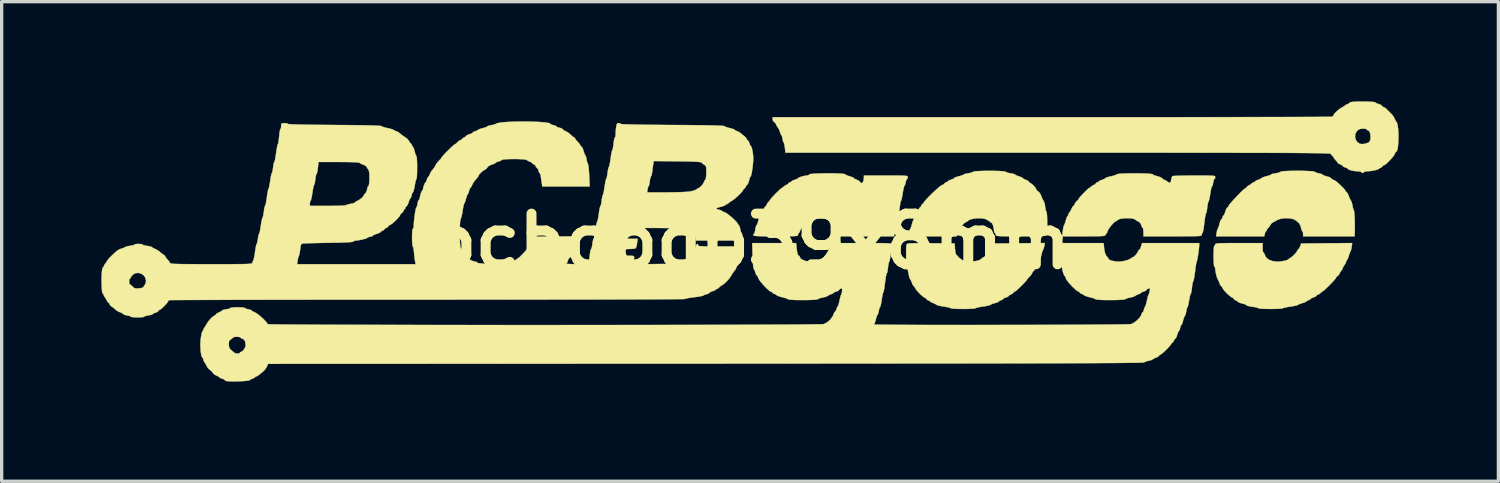
<source format=kicad_pcb>
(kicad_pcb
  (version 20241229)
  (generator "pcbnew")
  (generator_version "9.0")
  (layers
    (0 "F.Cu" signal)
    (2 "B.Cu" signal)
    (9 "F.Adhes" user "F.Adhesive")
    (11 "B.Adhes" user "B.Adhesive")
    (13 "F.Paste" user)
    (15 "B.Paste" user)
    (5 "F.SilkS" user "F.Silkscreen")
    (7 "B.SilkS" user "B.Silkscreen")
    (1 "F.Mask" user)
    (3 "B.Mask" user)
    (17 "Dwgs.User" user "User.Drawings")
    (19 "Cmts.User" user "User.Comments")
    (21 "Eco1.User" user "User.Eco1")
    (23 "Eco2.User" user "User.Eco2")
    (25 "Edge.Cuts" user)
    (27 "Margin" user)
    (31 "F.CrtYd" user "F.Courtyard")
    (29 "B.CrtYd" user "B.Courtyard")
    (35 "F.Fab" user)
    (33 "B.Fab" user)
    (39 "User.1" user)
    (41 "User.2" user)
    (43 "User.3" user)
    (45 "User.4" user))
  (footprint "pcbgogo39x8mm"
    (layer "F.Cu")
    (at 19.502 4.209)
    (property "Reference" "pcbgogo39x8mm" (at 0 0 0) (layer "F.SilkS") (effects (font (size 1.524 1.524) (thickness 0.3))))
    (attr through_hole)
    (fp_poly (pts (xy 16.569 -2.122) (xy 16.704 -2.119) (xy 16.823 -2.114) (xy 16.916 -2.108) (xy 16.973 -2.099) (xy 16.987 -2.092) (xy 17.022 -2.071) (xy 17.087 -2.051) (xy 17.113 -2.046) (xy 17.179 -2.03) (xy 17.217 -2.013) (xy 17.221 -2.007) (xy 17.244 -1.99) (xy 17.301 -1.969) (xy 17.348 -1.956) (xy 17.42 -1.934) (xy 17.466 -1.913) (xy 17.475 -1.902) (xy 17.496 -1.877) (xy 17.539 -1.854) (xy 17.579 -1.837) (xy 17.615 -1.816) (xy 17.659 -1.782) (xy 17.72 -1.727) (xy 17.793 -1.658) (xy 17.853 -1.598) (xy 17.895 -1.548) (xy 17.907 -1.524) (xy 17.927 -1.492) (xy 17.941 -1.484) (xy 17.97 -1.453) (xy 18 -1.392) (xy 18.011 -1.364) (xy 18.038 -1.291) (xy 18.067 -1.237) (xy 18.075 -1.227) (xy 18.096 -1.185) (xy 18.115 -1.113) (xy 18.122 -1.074) (xy 18.137 -1.001) (xy 18.153 -0.951) (xy 18.16 -0.94) (xy 18.171 -0.909) (xy 18.18 -0.836) (xy 18.187 -0.73) (xy 18.191 -0.6) (xy 18.192 -0.456) (xy 18.191 -0.337) (xy 18.186 -0.152) (xy 16.637 -0.152) (xy 16.637 -0.229) (xy 16.631 -0.282) (xy 16.615 -0.305) (xy 16.615 -0.305) (xy 16.597 -0.327) (xy 16.581 -0.383) (xy 16.576 -0.407) (xy 16.552 -0.486) (xy 16.514 -0.547) (xy 16.507 -0.553) (xy 16.451 -0.601) (xy 16.416 -0.632) (xy 16.351 -0.668) (xy 16.252 -0.69) (xy 16.134 -0.698) (xy 16.015 -0.688) (xy 16.004 -0.686) (xy 15.925 -0.668) (xy 15.869 -0.65) (xy 15.851 -0.64) (xy 15.82 -0.617) (xy 15.762 -0.589) (xy 15.755 -0.586) (xy 15.694 -0.549) (xy 15.657 -0.502) (xy 15.656 -0.499) (xy 15.621 -0.439) (xy 15.592 -0.411) (xy 15.554 -0.37) (xy 15.545 -0.341) (xy 15.532 -0.309) (xy 15.523 -0.305) (xy 15.503 -0.283) (xy 15.485 -0.23) (xy 15.485 -0.229) (xy 15.47 -0.152) (xy 14.02 -0.152) (xy 14.037 -0.26) (xy 14.051 -0.33) (xy 14.067 -0.374) (xy 14.072 -0.381) (xy 14.087 -0.411) (xy 14.108 -0.474) (xy 14.121 -0.527) (xy 14.143 -0.601) (xy 14.164 -0.649) (xy 14.175 -0.66) (xy 14.197 -0.682) (xy 14.214 -0.724) (xy 14.232 -0.771) (xy 14.249 -0.787) (xy 14.266 -0.81) (xy 14.289 -0.866) (xy 14.3 -0.902) (xy 14.324 -0.969) (xy 14.346 -1.01) (xy 14.355 -1.016) (xy 14.382 -1.036) (xy 14.394 -1.059) (xy 14.404 -1.082) (xy 14.42 -1.107) (xy 14.446 -1.14) (xy 14.488 -1.188) (xy 14.552 -1.258) (xy 14.644 -1.356) (xy 14.678 -1.391) (xy 14.759 -1.474) (xy 14.83 -1.542) (xy 14.882 -1.586) (xy 14.906 -1.6) (xy 14.934 -1.618) (xy 14.935 -1.626) (xy 14.956 -1.654) (xy 15.005 -1.683) (xy 15.062 -1.715) (xy 15.095 -1.746) (xy 15.136 -1.775) (xy 15.152 -1.778) (xy 15.185 -1.79) (xy 15.189 -1.799) (xy 15.211 -1.82) (xy 15.266 -1.845) (xy 15.291 -1.854) (xy 15.353 -1.879) (xy 15.389 -1.901) (xy 15.392 -1.907) (xy 15.415 -1.922) (xy 15.473 -1.943) (xy 15.526 -1.957) (xy 15.603 -1.978) (xy 15.657 -1.999) (xy 15.673 -2.01) (xy 15.705 -2.026) (xy 15.769 -2.041) (xy 15.813 -2.048) (xy 15.889 -2.063) (xy 15.943 -2.083) (xy 15.957 -2.093) (xy 15.988 -2.103) (xy 16.06 -2.111) (xy 16.164 -2.117) (xy 16.289 -2.121) (xy 16.428 -2.122) (xy 16.569 -2.122)) (stroke (width 0.01) (type solid)) (fill yes) (layer "F.SilkS"))
    (fp_poly (pts (xy 18.096 0.171) (xy 18.082 0.244) (xy 18.067 0.294) (xy 18.06 0.305) (xy 18.044 0.335) (xy 18.022 0.397) (xy 18.01 0.438) (xy 17.987 0.508) (xy 17.964 0.551) (xy 17.954 0.559) (xy 17.936 0.58) (xy 17.932 0.606) (xy 17.916 0.658) (xy 17.882 0.711) (xy 17.845 0.762) (xy 17.831 0.8) (xy 17.815 0.84) (xy 17.78 0.889) (xy 17.744 0.939) (xy 17.729 0.976) (xy 17.71 1.01) (xy 17.678 1.036) (xy 17.639 1.07) (xy 17.628 1.093) (xy 17.611 1.121) (xy 17.566 1.174) (xy 17.502 1.243) (xy 17.429 1.318) (xy 17.356 1.391) (xy 17.292 1.451) (xy 17.246 1.489) (xy 17.229 1.499) (xy 17.198 1.516) (xy 17.164 1.549) (xy 17.118 1.588) (xy 17.084 1.6) (xy 17.044 1.621) (xy 17.035 1.636) (xy 17.003 1.666) (xy 16.944 1.689) (xy 16.944 1.689) (xy 16.889 1.707) (xy 16.866 1.728) (xy 16.866 1.729) (xy 16.844 1.751) (xy 16.802 1.768) (xy 16.755 1.786) (xy 16.739 1.803) (xy 16.716 1.82) (xy 16.66 1.843) (xy 16.618 1.855) (xy 16.545 1.879) (xy 16.494 1.901) (xy 16.482 1.91) (xy 16.452 1.924) (xy 16.384 1.94) (xy 16.29 1.956) (xy 16.248 1.962) (xy 16.149 1.978) (xy 16.074 1.994) (xy 16.032 2.008) (xy 16.027 2.012) (xy 16.003 2.019) (xy 15.938 2.025) (xy 15.839 2.029) (xy 15.716 2.032) (xy 15.659 2.032) (xy 15.529 2.031) (xy 15.419 2.027) (xy 15.338 2.021) (xy 15.295 2.013) (xy 15.291 2.01) (xy 15.268 1.996) (xy 15.207 1.981) (xy 15.125 1.969) (xy 15.034 1.955) (xy 14.961 1.935) (xy 14.924 1.916) (xy 14.879 1.885) (xy 14.856 1.88) (xy 14.806 1.871) (xy 14.743 1.85) (xy 14.687 1.825) (xy 14.657 1.802) (xy 14.656 1.798) (xy 14.635 1.78) (xy 14.617 1.778) (xy 14.574 1.757) (xy 14.564 1.741) (xy 14.529 1.702) (xy 14.503 1.689) (xy 14.453 1.659) (xy 14.386 1.603) (xy 14.316 1.534) (xy 14.254 1.464) (xy 14.216 1.409) (xy 14.212 1.398) (xy 14.19 1.356) (xy 14.173 1.346) (xy 14.153 1.324) (xy 14.127 1.27) (xy 14.121 1.251) (xy 14.097 1.187) (xy 14.076 1.147) (xy 14.072 1.143) (xy 14.055 1.11) (xy 14.034 1.044) (xy 14.014 0.963) (xy 14 0.883) (xy 13.995 0.827) (xy 13.987 0.779) (xy 13.97 0.762) (xy 13.959 0.738) (xy 13.951 0.668) (xy 13.946 0.558) (xy 13.945 0.445) (xy 13.947 0.307) (xy 13.952 0.205) (xy 13.961 0.143) (xy 13.97 0.127) (xy 13.993 0.106) (xy 13.995 0.089) (xy 14.001 0.078) (xy 14.021 0.069) (xy 14.061 0.062) (xy 14.127 0.057) (xy 14.223 0.054) (xy 14.355 0.052) (xy 14.528 0.051) (xy 14.707 0.051) (xy 15.418 0.051) (xy 15.418 0.191) (xy 15.422 0.267) (xy 15.431 0.318) (xy 15.44 0.33) (xy 15.463 0.352) (xy 15.479 0.394) (xy 15.527 0.487) (xy 15.616 0.556) (xy 15.739 0.598) (xy 15.868 0.61) (xy 15.956 0.604) (xy 16.047 0.59) (xy 16.129 0.571) (xy 16.186 0.549) (xy 16.205 0.53) (xy 16.225 0.509) (xy 16.235 0.508) (xy 16.268 0.49) (xy 16.321 0.447) (xy 16.379 0.39) (xy 16.428 0.334) (xy 16.457 0.292) (xy 16.459 0.283) (xy 16.478 0.248) (xy 16.494 0.236) (xy 16.525 0.199) (xy 16.553 0.14) (xy 16.578 0.064) (xy 17.346 0.057) (xy 18.113 0.05) (xy 18.096 0.171)) (stroke (width 0.01) (type solid)) (fill yes) (layer "F.SilkS"))
    (fp_poly (pts (xy 8.852 0.146) (xy 8.836 0.211) (xy 8.82 0.25) (xy 8.816 0.254) (xy 8.801 0.284) (xy 8.782 0.348) (xy 8.766 0.413) (xy 8.745 0.491) (xy 8.724 0.544) (xy 8.711 0.559) (xy 8.688 0.58) (xy 8.672 0.622) (xy 8.654 0.67) (xy 8.637 0.686) (xy 8.619 0.708) (xy 8.596 0.763) (xy 8.588 0.787) (xy 8.564 0.85) (xy 8.542 0.886) (xy 8.535 0.889) (xy 8.51 0.91) (xy 8.496 0.942) (xy 8.467 0.994) (xy 8.416 1.054) (xy 8.405 1.065) (xy 8.358 1.114) (xy 8.333 1.148) (xy 8.331 1.153) (xy 8.314 1.179) (xy 8.27 1.229) (xy 8.208 1.294) (xy 8.138 1.363) (xy 8.072 1.427) (xy 8.018 1.475) (xy 7.986 1.498) (xy 7.983 1.499) (xy 7.952 1.516) (xy 7.918 1.549) (xy 7.872 1.588) (xy 7.839 1.6) (xy 7.799 1.621) (xy 7.79 1.636) (xy 7.757 1.666) (xy 7.698 1.689) (xy 7.698 1.689) (xy 7.644 1.707) (xy 7.62 1.728) (xy 7.62 1.729) (xy 7.598 1.751) (xy 7.556 1.768) (xy 7.509 1.786) (xy 7.493 1.804) (xy 7.471 1.821) (xy 7.413 1.843) (xy 7.366 1.857) (xy 7.294 1.878) (xy 7.248 1.898) (xy 7.239 1.908) (xy 7.216 1.919) (xy 7.153 1.934) (xy 7.063 1.951) (xy 7.01 1.959) (xy 6.91 1.975) (xy 6.832 1.992) (xy 6.788 2.006) (xy 6.782 2.011) (xy 6.758 2.019) (xy 6.692 2.025) (xy 6.593 2.029) (xy 6.471 2.032) (xy 6.413 2.032) (xy 6.283 2.031) (xy 6.173 2.027) (xy 6.092 2.022) (xy 6.05 2.015) (xy 6.045 2.012) (xy 6.022 1.999) (xy 5.96 1.983) (xy 5.871 1.966) (xy 5.837 1.961) (xy 5.74 1.945) (xy 5.663 1.928) (xy 5.62 1.913) (xy 5.615 1.909) (xy 5.584 1.887) (xy 5.524 1.86) (xy 5.505 1.853) (xy 5.445 1.827) (xy 5.412 1.803) (xy 5.41 1.798) (xy 5.39 1.78) (xy 5.371 1.778) (xy 5.329 1.757) (xy 5.318 1.74) (xy 5.288 1.706) (xy 5.272 1.702) (xy 5.236 1.684) (xy 5.179 1.638) (xy 5.112 1.576) (xy 5.047 1.508) (xy 4.995 1.446) (xy 4.967 1.4) (xy 4.966 1.398) (xy 4.944 1.357) (xy 4.928 1.346) (xy 4.907 1.324) (xy 4.882 1.27) (xy 4.875 1.251) (xy 4.85 1.186) (xy 4.825 1.145) (xy 4.821 1.141) (xy 4.805 1.109) (xy 4.786 1.043) (xy 4.768 0.956) (xy 4.751 0.872) (xy 4.734 0.811) (xy 4.719 0.787) (xy 4.719 0.787) (xy 4.712 0.764) (xy 4.706 0.698) (xy 4.701 0.6) (xy 4.699 0.478) (xy 4.699 0.432) (xy 4.699 0.292) (xy 4.701 0.194) (xy 4.706 0.13) (xy 4.714 0.093) (xy 4.728 0.074) (xy 4.748 0.065) (xy 4.756 0.063) (xy 4.796 0.06) (xy 4.88 0.057) (xy 4.999 0.055) (xy 5.148 0.055) (xy 5.317 0.055) (xy 5.486 0.056) (xy 6.16 0.064) (xy 6.167 0.212) (xy 6.175 0.298) (xy 6.188 0.364) (xy 6.199 0.39) (xy 6.295 0.494) (xy 6.383 0.56) (xy 6.477 0.596) (xy 6.591 0.609) (xy 6.627 0.609) (xy 6.736 0.602) (xy 6.839 0.582) (xy 6.92 0.554) (xy 6.966 0.52) (xy 6.967 0.518) (xy 7 0.487) (xy 7.014 0.483) (xy 7.048 0.465) (xy 7.1 0.422) (xy 7.154 0.368) (xy 7.197 0.316) (xy 7.214 0.283) (xy 7.233 0.248) (xy 7.248 0.236) (xy 7.28 0.199) (xy 7.307 0.14) (xy 7.332 0.064) (xy 8.87 0.05) (xy 8.852 0.146)) (stroke (width 0.01) (type solid)) (fill yes) (layer "F.SilkS"))
    (fp_poly (pts (xy 7.314 -2.121) (xy 7.444 -2.118) (xy 7.555 -2.113) (xy 7.639 -2.106) (xy 7.685 -2.097) (xy 7.691 -2.093) (xy 7.725 -2.074) (xy 7.791 -2.056) (xy 7.835 -2.048) (xy 7.91 -2.035) (xy 7.962 -2.018) (xy 7.974 -2.009) (xy 8.005 -1.989) (xy 8.067 -1.964) (xy 8.096 -1.955) (xy 8.161 -1.931) (xy 8.2 -1.91) (xy 8.204 -1.903) (xy 8.226 -1.883) (xy 8.279 -1.859) (xy 8.293 -1.854) (xy 8.351 -1.829) (xy 8.381 -1.805) (xy 8.382 -1.801) (xy 8.402 -1.772) (xy 8.426 -1.76) (xy 8.476 -1.728) (xy 8.533 -1.677) (xy 8.583 -1.62) (xy 8.609 -1.574) (xy 8.611 -1.566) (xy 8.631 -1.53) (xy 8.671 -1.5) (xy 8.722 -1.45) (xy 8.761 -1.368) (xy 8.762 -1.365) (xy 8.79 -1.292) (xy 8.82 -1.236) (xy 8.828 -1.227) (xy 8.849 -1.184) (xy 8.869 -1.109) (xy 8.879 -1.041) (xy 8.892 -0.961) (xy 8.907 -0.906) (xy 8.919 -0.889) (xy 8.927 -0.865) (xy 8.934 -0.8) (xy 8.939 -0.703) (xy 8.941 -0.583) (xy 8.941 -0.557) (xy 8.939 -0.41) (xy 8.935 -0.306) (xy 8.926 -0.238) (xy 8.912 -0.199) (xy 8.905 -0.189) (xy 8.886 -0.178) (xy 8.85 -0.169) (xy 8.792 -0.163) (xy 8.706 -0.158) (xy 8.587 -0.155) (xy 8.43 -0.153) (xy 8.23 -0.152) (xy 8.13 -0.152) (xy 7.917 -0.153) (xy 7.75 -0.153) (xy 7.622 -0.154) (xy 7.529 -0.157) (xy 7.465 -0.161) (xy 7.425 -0.167) (xy 7.403 -0.176) (xy 7.393 -0.187) (xy 7.391 -0.201) (xy 7.391 -0.203) (xy 7.381 -0.244) (xy 7.366 -0.254) (xy 7.348 -0.276) (xy 7.341 -0.326) (xy 7.334 -0.394) (xy 7.316 -0.467) (xy 7.293 -0.527) (xy 7.271 -0.558) (xy 7.267 -0.559) (xy 7.237 -0.574) (xy 7.191 -0.612) (xy 7.19 -0.613) (xy 7.098 -0.668) (xy 6.972 -0.695) (xy 6.823 -0.696) (xy 6.737 -0.684) (xy 6.656 -0.666) (xy 6.598 -0.647) (xy 6.579 -0.634) (xy 6.558 -0.61) (xy 6.531 -0.598) (xy 6.454 -0.554) (xy 6.38 -0.478) (xy 6.324 -0.389) (xy 6.323 -0.386) (xy 6.295 -0.332) (xy 6.272 -0.305) (xy 6.27 -0.305) (xy 6.253 -0.283) (xy 6.236 -0.23) (xy 6.236 -0.229) (xy 6.219 -0.152) (xy 4.771 -0.152) (xy 4.789 -0.26) (xy 4.804 -0.33) (xy 4.82 -0.374) (xy 4.825 -0.381) (xy 4.841 -0.411) (xy 4.862 -0.474) (xy 4.876 -0.527) (xy 4.897 -0.601) (xy 4.917 -0.649) (xy 4.927 -0.66) (xy 4.945 -0.683) (xy 4.962 -0.737) (xy 4.964 -0.747) (xy 4.984 -0.809) (xy 5.012 -0.845) (xy 5.015 -0.847) (xy 5.045 -0.879) (xy 5.066 -0.936) (xy 5.089 -0.994) (xy 5.12 -1.026) (xy 5.152 -1.06) (xy 5.156 -1.079) (xy 5.17 -1.113) (xy 5.182 -1.118) (xy 5.212 -1.138) (xy 5.225 -1.162) (xy 5.253 -1.204) (xy 5.309 -1.269) (xy 5.387 -1.35) (xy 5.475 -1.438) (xy 5.567 -1.524) (xy 5.652 -1.6) (xy 5.722 -1.658) (xy 5.769 -1.688) (xy 5.775 -1.691) (xy 5.829 -1.716) (xy 5.852 -1.742) (xy 5.886 -1.774) (xy 5.905 -1.778) (xy 5.939 -1.789) (xy 5.944 -1.799) (xy 5.965 -1.82) (xy 6.02 -1.845) (xy 6.045 -1.854) (xy 6.108 -1.879) (xy 6.144 -1.901) (xy 6.147 -1.907) (xy 6.169 -1.922) (xy 6.227 -1.943) (xy 6.28 -1.957) (xy 6.357 -1.978) (xy 6.412 -1.999) (xy 6.428 -2.01) (xy 6.459 -2.026) (xy 6.523 -2.041) (xy 6.567 -2.048) (xy 6.644 -2.063) (xy 6.697 -2.082) (xy 6.711 -2.093) (xy 6.742 -2.103) (xy 6.814 -2.111) (xy 6.917 -2.116) (xy 7.041 -2.12) (xy 7.177 -2.121) (xy 7.314 -2.121)) (stroke (width 0.01) (type solid)) (fill yes) (layer "F.SilkS"))
    (fp_poly (pts (xy 11.789 -2.044) (xy 11.914 -2.04) (xy 12.016 -2.034) (xy 12.084 -2.026) (xy 12.11 -2.017) (xy 12.144 -1.995) (xy 12.21 -1.971) (xy 12.26 -1.957) (xy 12.337 -1.934) (xy 12.39 -1.906) (xy 12.405 -1.89) (xy 12.437 -1.858) (xy 12.454 -1.854) (xy 12.497 -1.839) (xy 12.548 -1.803) (xy 12.607 -1.764) (xy 12.645 -1.772) (xy 12.666 -1.827) (xy 12.67 -1.856) (xy 12.684 -1.92) (xy 12.706 -1.96) (xy 12.708 -1.962) (xy 12.741 -1.967) (xy 12.817 -1.971) (xy 12.93 -1.975) (xy 13.071 -1.978) (xy 13.234 -1.98) (xy 13.367 -1.981) (xy 13.561 -1.981) (xy 13.711 -1.98) (xy 13.821 -1.978) (xy 13.899 -1.975) (xy 13.949 -1.97) (xy 13.978 -1.962) (xy 13.991 -1.951) (xy 13.995 -1.937) (xy 13.995 -1.93) (xy 13.986 -1.889) (xy 13.973 -1.88) (xy 13.956 -1.857) (xy 13.939 -1.8) (xy 13.933 -1.765) (xy 13.919 -1.697) (xy 13.903 -1.656) (xy 13.896 -1.651) (xy 13.884 -1.628) (xy 13.868 -1.565) (xy 13.851 -1.475) (xy 13.843 -1.422) (xy 13.827 -1.322) (xy 13.81 -1.244) (xy 13.796 -1.2) (xy 13.791 -1.194) (xy 13.779 -1.171) (xy 13.766 -1.11) (xy 13.755 -1.023) (xy 13.754 -1.016) (xy 13.743 -0.928) (xy 13.73 -0.865) (xy 13.717 -0.838) (xy 13.716 -0.838) (xy 13.706 -0.815) (xy 13.693 -0.75) (xy 13.678 -0.655) (xy 13.665 -0.546) (xy 13.651 -0.431) (xy 13.636 -0.338) (xy 13.622 -0.275) (xy 13.611 -0.254) (xy 13.593 -0.233) (xy 13.589 -0.203) (xy 13.588 -0.19) (xy 13.58 -0.179) (xy 13.562 -0.17) (xy 13.528 -0.164) (xy 13.472 -0.159) (xy 13.391 -0.156) (xy 13.279 -0.154) (xy 13.13 -0.153) (xy 12.941 -0.152) (xy 12.713 -0.152) (xy 11.836 -0.152) (xy 11.836 -0.279) (xy 11.832 -0.352) (xy 11.821 -0.398) (xy 11.813 -0.406) (xy 11.792 -0.428) (xy 11.773 -0.481) (xy 11.773 -0.484) (xy 11.733 -0.56) (xy 11.688 -0.592) (xy 11.63 -0.624) (xy 11.595 -0.651) (xy 11.549 -0.675) (xy 11.47 -0.691) (xy 11.372 -0.697) (xy 11.268 -0.694) (xy 11.172 -0.684) (xy 11.096 -0.665) (xy 11.056 -0.64) (xy 11.053 -0.635) (xy 11.024 -0.611) (xy 11.016 -0.61) (xy 10.977 -0.59) (xy 10.922 -0.54) (xy 10.862 -0.473) (xy 10.807 -0.4) (xy 10.768 -0.335) (xy 10.757 -0.305) (xy 10.738 -0.251) (xy 10.717 -0.229) (xy 10.717 -0.229) (xy 10.696 -0.208) (xy 10.693 -0.191) (xy 10.688 -0.179) (xy 10.667 -0.17) (xy 10.625 -0.163) (xy 10.558 -0.158) (xy 10.459 -0.155) (xy 10.322 -0.153) (xy 10.143 -0.152) (xy 10.042 -0.152) (xy 9.391 -0.152) (xy 9.409 -0.311) (xy 9.422 -0.395) (xy 9.436 -0.458) (xy 9.447 -0.482) (xy 9.464 -0.512) (xy 9.486 -0.576) (xy 9.501 -0.629) (xy 9.523 -0.702) (xy 9.544 -0.751) (xy 9.555 -0.762) (xy 9.574 -0.783) (xy 9.576 -0.798) (xy 9.592 -0.847) (xy 9.609 -0.868) (xy 9.641 -0.914) (xy 9.674 -0.98) (xy 9.675 -0.984) (xy 9.703 -1.039) (xy 9.727 -1.066) (xy 9.73 -1.067) (xy 9.752 -1.088) (xy 9.768 -1.124) (xy 9.803 -1.185) (xy 9.833 -1.214) (xy 9.871 -1.249) (xy 9.881 -1.27) (xy 9.897 -1.296) (xy 9.94 -1.347) (xy 10 -1.412) (xy 10.065 -1.48) (xy 10.127 -1.542) (xy 10.174 -1.585) (xy 10.197 -1.6) (xy 10.225 -1.616) (xy 10.267 -1.651) (xy 10.317 -1.688) (xy 10.353 -1.702) (xy 10.387 -1.722) (xy 10.398 -1.74) (xy 10.432 -1.774) (xy 10.451 -1.778) (xy 10.486 -1.789) (xy 10.49 -1.799) (xy 10.512 -1.819) (xy 10.567 -1.843) (xy 10.592 -1.851) (xy 10.655 -1.875) (xy 10.69 -1.897) (xy 10.693 -1.903) (xy 10.716 -1.918) (xy 10.776 -1.937) (xy 10.852 -1.955) (xy 10.938 -1.976) (xy 11.002 -1.998) (xy 11.029 -2.015) (xy 11.06 -2.026) (xy 11.132 -2.034) (xy 11.236 -2.04) (xy 11.363 -2.044) (xy 11.504 -2.046) (xy 11.649 -2.046) (xy 11.789 -2.044)) (stroke (width 0.01) (type solid)) (fill yes) (layer "F.SilkS"))
    (fp_poly (pts (xy 2.531 -2.045) (xy 2.657 -2.041) (xy 2.761 -2.036) (xy 2.833 -2.028) (xy 2.865 -2.017) (xy 2.865 -2.017) (xy 2.898 -1.995) (xy 2.963 -1.969) (xy 3.004 -1.957) (xy 3.073 -1.934) (xy 3.117 -1.913) (xy 3.124 -1.904) (xy 3.146 -1.883) (xy 3.199 -1.859) (xy 3.211 -1.855) (xy 3.273 -1.826) (xy 3.31 -1.793) (xy 3.312 -1.789) (xy 3.344 -1.756) (xy 3.362 -1.753) (xy 3.396 -1.776) (xy 3.42 -1.838) (xy 3.429 -1.924) (xy 3.429 -1.981) (xy 4.089 -1.981) (xy 4.289 -1.981) (xy 4.444 -1.98) (xy 4.56 -1.979) (xy 4.642 -1.976) (xy 4.696 -1.971) (xy 4.728 -1.963) (xy 4.744 -1.953) (xy 4.749 -1.94) (xy 4.75 -1.93) (xy 4.74 -1.889) (xy 4.727 -1.88) (xy 4.708 -1.857) (xy 4.691 -1.801) (xy 4.686 -1.778) (xy 4.671 -1.715) (xy 4.654 -1.679) (xy 4.65 -1.676) (xy 4.637 -1.653) (xy 4.621 -1.591) (xy 4.604 -1.5) (xy 4.596 -1.448) (xy 4.579 -1.348) (xy 4.563 -1.27) (xy 4.549 -1.225) (xy 4.544 -1.219) (xy 4.533 -1.196) (xy 4.521 -1.135) (xy 4.509 -1.049) (xy 4.508 -1.041) (xy 4.497 -0.954) (xy 4.484 -0.89) (xy 4.472 -0.864) (xy 4.471 -0.864) (xy 4.461 -0.84) (xy 4.447 -0.776) (xy 4.432 -0.682) (xy 4.42 -0.584) (xy 4.405 -0.472) (xy 4.389 -0.382) (xy 4.375 -0.323) (xy 4.365 -0.305) (xy 4.35 -0.283) (xy 4.343 -0.23) (xy 4.343 -0.229) (xy 4.343 -0.152) (xy 2.591 -0.152) (xy 2.591 -0.267) (xy 2.586 -0.335) (xy 2.575 -0.376) (xy 2.568 -0.381) (xy 2.549 -0.403) (xy 2.531 -0.458) (xy 2.529 -0.471) (xy 2.499 -0.548) (xy 2.443 -0.591) (xy 2.383 -0.623) (xy 2.344 -0.651) (xy 2.293 -0.675) (xy 2.211 -0.691) (xy 2.111 -0.696) (xy 2.008 -0.693) (xy 1.914 -0.682) (xy 1.843 -0.663) (xy 1.808 -0.635) (xy 1.808 -0.635) (xy 1.779 -0.611) (xy 1.77 -0.61) (xy 1.734 -0.591) (xy 1.68 -0.543) (xy 1.619 -0.478) (xy 1.563 -0.408) (xy 1.522 -0.346) (xy 1.508 -0.315) (xy 1.489 -0.269) (xy 1.47 -0.254) (xy 1.452 -0.233) (xy 1.448 -0.203) (xy 1.446 -0.188) (xy 1.438 -0.176) (xy 1.416 -0.167) (xy 1.376 -0.161) (xy 1.312 -0.157) (xy 1.219 -0.154) (xy 1.089 -0.153) (xy 0.919 -0.152) (xy 0.775 -0.152) (xy 0.57 -0.153) (xy 0.41 -0.154) (xy 0.291 -0.156) (xy 0.206 -0.16) (xy 0.15 -0.166) (xy 0.118 -0.173) (xy 0.104 -0.183) (xy 0.102 -0.191) (xy 0.114 -0.224) (xy 0.124 -0.229) (xy 0.139 -0.251) (xy 0.155 -0.31) (xy 0.163 -0.356) (xy 0.176 -0.428) (xy 0.191 -0.474) (xy 0.2 -0.483) (xy 0.216 -0.505) (xy 0.237 -0.564) (xy 0.252 -0.622) (xy 0.272 -0.698) (xy 0.292 -0.749) (xy 0.304 -0.762) (xy 0.325 -0.784) (xy 0.341 -0.826) (xy 0.36 -0.873) (xy 0.379 -0.889) (xy 0.4 -0.911) (xy 0.419 -0.964) (xy 0.419 -0.967) (xy 0.442 -1.026) (xy 0.472 -1.059) (xy 0.472 -1.059) (xy 0.505 -1.091) (xy 0.508 -1.108) (xy 0.526 -1.15) (xy 0.559 -1.187) (xy 0.597 -1.226) (xy 0.61 -1.25) (xy 0.626 -1.276) (xy 0.67 -1.326) (xy 0.731 -1.391) (xy 0.799 -1.46) (xy 0.865 -1.525) (xy 0.918 -1.575) (xy 0.95 -1.599) (xy 0.953 -1.6) (xy 0.98 -1.616) (xy 1.022 -1.651) (xy 1.071 -1.688) (xy 1.107 -1.702) (xy 1.142 -1.722) (xy 1.152 -1.74) (xy 1.186 -1.774) (xy 1.206 -1.778) (xy 1.24 -1.789) (xy 1.245 -1.799) (xy 1.267 -1.819) (xy 1.321 -1.843) (xy 1.346 -1.851) (xy 1.409 -1.874) (xy 1.445 -1.895) (xy 1.448 -1.901) (xy 1.47 -1.918) (xy 1.526 -1.939) (xy 1.598 -1.96) (xy 1.671 -1.975) (xy 1.725 -1.981) (xy 1.771 -1.996) (xy 1.784 -2.013) (xy 1.812 -2.023) (xy 1.881 -2.032) (xy 1.983 -2.039) (xy 2.108 -2.043) (xy 2.247 -2.046) (xy 2.391 -2.047) (xy 2.531 -2.045)) (stroke (width 0.01) (type solid)) (fill yes) (layer "F.SilkS"))
    (fp_poly (pts (xy 18.604 -4.202) (xy 18.725 -4.195) (xy 18.796 -4.185) (xy 18.816 -4.175) (xy 18.852 -4.15) (xy 18.913 -4.13) (xy 18.915 -4.129) (xy 18.975 -4.107) (xy 19.009 -4.076) (xy 19.009 -4.075) (xy 19.04 -4.042) (xy 19.056 -4.039) (xy 19.098 -4.021) (xy 19.13 -3.994) (xy 19.183 -3.94) (xy 19.218 -3.908) (xy 19.318 -3.807) (xy 19.381 -3.713) (xy 19.393 -3.683) (xy 19.416 -3.629) (xy 19.436 -3.604) (xy 19.462 -3.564) (xy 19.481 -3.487) (xy 19.495 -3.382) (xy 19.503 -3.259) (xy 19.505 -3.129) (xy 19.501 -3) (xy 19.492 -2.882) (xy 19.478 -2.785) (xy 19.458 -2.718) (xy 19.432 -2.692) (xy 19.431 -2.692) (xy 19.41 -2.671) (xy 19.396 -2.631) (xy 19.371 -2.586) (xy 19.321 -2.522) (xy 19.256 -2.449) (xy 19.187 -2.379) (xy 19.123 -2.322) (xy 19.075 -2.29) (xy 19.062 -2.286) (xy 19.026 -2.266) (xy 19.015 -2.248) (xy 18.981 -2.214) (xy 18.962 -2.21) (xy 18.928 -2.199) (xy 18.923 -2.189) (xy 18.9 -2.171) (xy 18.841 -2.15) (xy 18.759 -2.131) (xy 18.669 -2.116) (xy 18.585 -2.109) (xy 18.565 -2.108) (xy 18.503 -2.102) (xy 18.468 -2.088) (xy 18.466 -2.083) (xy 18.445 -2.06) (xy 18.428 -2.057) (xy 18.394 -2.071) (xy 18.39 -2.083) (xy 18.367 -2.098) (xy 18.31 -2.107) (xy 18.282 -2.108) (xy 18.193 -2.114) (xy 18.105 -2.129) (xy 18.033 -2.15) (xy 17.989 -2.172) (xy 17.983 -2.184) (xy 17.961 -2.204) (xy 17.909 -2.222) (xy 17.907 -2.223) (xy 17.854 -2.241) (xy 17.831 -2.263) (xy 17.831 -2.264) (xy 17.809 -2.289) (xy 17.758 -2.314) (xy 17.755 -2.315) (xy 17.702 -2.339) (xy 17.678 -2.361) (xy 17.678 -2.362) (xy 17.662 -2.392) (xy 17.621 -2.437) (xy 17.615 -2.442) (xy 17.572 -2.491) (xy 17.552 -2.529) (xy 17.552 -2.531) (xy 17.531 -2.564) (xy 17.513 -2.575) (xy 17.48 -2.609) (xy 17.475 -2.628) (xy 17.472 -2.632) (xy 17.46 -2.635) (xy 17.438 -2.638) (xy 17.405 -2.641) (xy 17.359 -2.644) (xy 17.298 -2.647) (xy 17.221 -2.649) (xy 17.126 -2.651) (xy 17.011 -2.653) (xy 16.876 -2.655) (xy 16.718 -2.657) (xy 16.536 -2.658) (xy 16.328 -2.66) (xy 16.092 -2.661) (xy 15.828 -2.662) (xy 15.533 -2.663) (xy 15.206 -2.664) (xy 14.845 -2.664) (xy 14.449 -2.665) (xy 14.016 -2.665) (xy 13.544 -2.666) (xy 13.033 -2.666) (xy 12.479 -2.667) (xy 11.882 -2.667) (xy 11.24 -2.667) (xy 10.552 -2.667) (xy 9.816 -2.667) (xy 9.272 -2.667) (xy 1.069 -2.667) (xy 1.052 -2.819) (xy 1.04 -2.9) (xy 1.027 -2.955) (xy 1.016 -2.972) (xy 1.001 -2.994) (xy 0.987 -3.051) (xy 0.983 -3.077) (xy 0.969 -3.146) (xy 0.968 -3.15) (xy 18.198 -3.15) (xy 18.22 -3.056) (xy 18.274 -2.979) (xy 18.339 -2.939) (xy 18.398 -2.925) (xy 18.465 -2.93) (xy 18.545 -2.95) (xy 18.612 -2.977) (xy 18.645 -3.016) (xy 18.659 -3.065) (xy 18.666 -3.149) (xy 18.658 -3.231) (xy 18.64 -3.295) (xy 18.613 -3.326) (xy 18.606 -3.327) (xy 18.568 -3.347) (xy 18.561 -3.359) (xy 18.53 -3.38) (xy 18.461 -3.39) (xy 18.438 -3.391) (xy 18.349 -3.381) (xy 18.284 -3.347) (xy 18.263 -3.327) (xy 18.211 -3.245) (xy 18.198 -3.15) (xy 0.968 -3.15) (xy 0.951 -3.191) (xy 0.945 -3.198) (xy 0.923 -3.231) (xy 0.904 -3.291) (xy 0.903 -3.294) (xy 0.875 -3.371) (xy 0.837 -3.431) (xy 0.801 -3.483) (xy 0.787 -3.521) (xy 0.767 -3.558) (xy 0.737 -3.581) (xy 0.695 -3.629) (xy 0.686 -3.671) (xy 0.686 -3.734) (xy 9.078 -3.734) (xy 9.729 -3.734) (xy 10.366 -3.734) (xy 10.988 -3.734) (xy 11.594 -3.735) (xy 12.181 -3.735) (xy 12.748 -3.735) (xy 13.292 -3.736) (xy 13.812 -3.736) (xy 14.306 -3.737) (xy 14.772 -3.738) (xy 15.208 -3.739) (xy 15.612 -3.74) (xy 15.983 -3.74) (xy 16.318 -3.741) (xy 16.616 -3.742) (xy 16.874 -3.743) (xy 17.091 -3.744) (xy 17.265 -3.746) (xy 17.395 -3.747) (xy 17.477 -3.748) (xy 17.511 -3.749) (xy 17.511 -3.749) (xy 17.546 -3.776) (xy 17.551 -3.791) (xy 17.57 -3.829) (xy 17.619 -3.883) (xy 17.685 -3.944) (xy 17.755 -3.999) (xy 17.819 -4.037) (xy 17.824 -4.04) (xy 17.879 -4.069) (xy 17.906 -4.093) (xy 17.907 -4.096) (xy 17.928 -4.113) (xy 17.943 -4.115) (xy 17.988 -4.132) (xy 18.024 -4.159) (xy 18.048 -4.177) (xy 18.085 -4.189) (xy 18.142 -4.197) (xy 18.229 -4.202) (xy 18.354 -4.204) (xy 18.433 -4.204) (xy 18.604 -4.202)) (stroke (width 0.01) (type solid)) (fill yes) (layer "F.SilkS"))
    (fp_poly (pts (xy 12.653 0.051) (xy 13.513 0.051) (xy 13.513 0.108) (xy 13.509 0.17) (xy 13.5 0.257) (xy 13.487 0.357) (xy 13.471 0.455) (xy 13.456 0.539) (xy 13.444 0.594) (xy 13.437 0.61) (xy 13.428 0.639) (xy 13.415 0.707) (xy 13.4 0.805) (xy 13.388 0.902) (xy 13.372 1.015) (xy 13.357 1.11) (xy 13.342 1.173) (xy 13.333 1.195) (xy 13.32 1.225) (xy 13.306 1.292) (xy 13.295 1.382) (xy 13.294 1.392) (xy 13.283 1.481) (xy 13.271 1.546) (xy 13.259 1.574) (xy 13.258 1.575) (xy 13.246 1.598) (xy 13.23 1.66) (xy 13.213 1.748) (xy 13.208 1.778) (xy 13.191 1.872) (xy 13.174 1.943) (xy 13.161 1.979) (xy 13.157 1.981) (xy 13.144 2.004) (xy 13.129 2.062) (xy 13.121 2.108) (xy 13.108 2.181) (xy 13.093 2.227) (xy 13.084 2.235) (xy 13.068 2.258) (xy 13.046 2.316) (xy 13.03 2.375) (xy 13.009 2.451) (xy 12.988 2.501) (xy 12.976 2.515) (xy 12.959 2.537) (xy 12.942 2.591) (xy 12.94 2.603) (xy 12.924 2.662) (xy 12.906 2.692) (xy 12.904 2.692) (xy 12.886 2.715) (xy 12.863 2.771) (xy 12.852 2.807) (xy 12.829 2.874) (xy 12.806 2.915) (xy 12.798 2.921) (xy 12.773 2.942) (xy 12.751 2.985) (xy 12.724 3.032) (xy 12.701 3.048) (xy 12.676 3.068) (xy 12.675 3.077) (xy 12.657 3.108) (xy 12.612 3.162) (xy 12.55 3.229) (xy 12.481 3.297) (xy 12.417 3.355) (xy 12.367 3.394) (xy 12.346 3.404) (xy 12.313 3.424) (xy 12.304 3.439) (xy 12.271 3.472) (xy 12.225 3.491) (xy 12.162 3.517) (xy 12.127 3.541) (xy 12.082 3.566) (xy 12.01 3.587) (xy 11.985 3.592) (xy 11.914 3.609) (xy 11.865 3.632) (xy 11.857 3.64) (xy 11.845 3.642) (xy 11.812 3.644) (xy 11.756 3.647) (xy 11.677 3.649) (xy 11.572 3.651) (xy 11.443 3.652) (xy 11.286 3.654) (xy 11.102 3.656) (xy 10.89 3.658) (xy 10.647 3.659) (xy 10.374 3.661) (xy 10.069 3.662) (xy 9.731 3.663) (xy 9.359 3.665) (xy 8.952 3.666) (xy 8.509 3.667) (xy 8.029 3.668) (xy 7.511 3.669) (xy 6.954 3.67) (xy 6.357 3.671) (xy 5.719 3.671) (xy 5.039 3.672) (xy 4.315 3.673) (xy 3.547 3.674) (xy 2.734 3.674) (xy 1.874 3.675) (xy 0.968 3.676) (xy 0.012 3.676) (xy -0.992 3.677) (xy -1.326 3.677) (xy -14.491 3.683) (xy -14.528 3.766) (xy -14.568 3.836) (xy -14.616 3.892) (xy -14.616 3.892) (xy -14.711 3.972) (xy -14.775 4.023) (xy -14.817 4.052) (xy -14.844 4.063) (xy -14.853 4.064) (xy -14.882 4.078) (xy -14.884 4.087) (xy -14.906 4.108) (xy -14.954 4.127) (xy -15.012 4.149) (xy -15.042 4.174) (xy -15.072 4.185) (xy -15.142 4.194) (xy -15.24 4.202) (xy -15.353 4.208) (xy -15.472 4.211) (xy -15.584 4.211) (xy -15.677 4.207) (xy -15.741 4.2) (xy -15.742 4.2) (xy -15.786 4.182) (xy -15.799 4.166) (xy -15.821 4.146) (xy -15.873 4.128) (xy -15.875 4.128) (xy -15.928 4.11) (xy -15.951 4.09) (xy -15.951 4.089) (xy -15.973 4.068) (xy -16.026 4.044) (xy -16.036 4.04) (xy -16.104 4.004) (xy -16.152 3.954) (xy -16.153 3.952) (xy -16.201 3.893) (xy -16.244 3.86) (xy -16.296 3.814) (xy -16.336 3.749) (xy -16.368 3.684) (xy -16.401 3.637) (xy -16.401 3.637) (xy -16.43 3.583) (xy -16.434 3.556) (xy -16.446 3.513) (xy -16.46 3.501) (xy -16.484 3.469) (xy -16.503 3.397) (xy -16.517 3.298) (xy -16.524 3.181) (xy -16.525 3.096) (xy -15.671 3.096) (xy -15.671 3.097) (xy -15.663 3.179) (xy -15.638 3.232) (xy -15.605 3.264) (xy -15.55 3.31) (xy -15.511 3.345) (xy -15.47 3.367) (xy -15.415 3.376) (xy -15.365 3.372) (xy -15.342 3.354) (xy -15.342 3.353) (xy -15.322 3.329) (xy -15.311 3.327) (xy -15.266 3.306) (xy -15.219 3.254) (xy -15.18 3.189) (xy -15.164 3.128) (xy -15.164 3.127) (xy -15.177 3.018) (xy -15.213 2.953) (xy -15.256 2.931) (xy -15.302 2.911) (xy -15.316 2.893) (xy -15.339 2.879) (xy -15.396 2.871) (xy -15.431 2.87) (xy -15.499 2.874) (xy -15.54 2.885) (xy -15.545 2.891) (xy -15.565 2.917) (xy -15.608 2.946) (xy -15.649 2.976) (xy -15.667 3.02) (xy -15.671 3.096) (xy -16.525 3.096) (xy -16.525 3.059) (xy -16.517 2.942) (xy -16.513 2.912) (xy -16.497 2.815) (xy -16.479 2.741) (xy -16.463 2.7) (xy -16.459 2.697) (xy -16.436 2.668) (xy -16.434 2.654) (xy -16.418 2.607) (xy -16.402 2.586) (xy -16.368 2.54) (xy -16.332 2.477) (xy -16.332 2.477) (xy -16.285 2.404) (xy -16.22 2.327) (xy -16.151 2.263) (xy -16.095 2.227) (xy -16.059 2.203) (xy -16.053 2.19) (xy -16.032 2.168) (xy -15.979 2.14) (xy -15.964 2.134) (xy -15.906 2.106) (xy -15.876 2.083) (xy -15.875 2.079) (xy -15.852 2.065) (xy -15.794 2.05) (xy -15.748 2.042) (xy -15.676 2.029) (xy -15.63 2.012) (xy -15.621 2.003) (xy -15.598 1.993) (xy -15.535 1.986) (xy -15.445 1.982) (xy -15.405 1.981) (xy -15.308 1.984) (xy -15.233 1.99) (xy -15.193 1.999) (xy -15.189 2.003) (xy -15.167 2.021) (xy -15.111 2.037) (xy -15.088 2.042) (xy -15.024 2.056) (xy -14.989 2.073) (xy -14.986 2.078) (xy -14.965 2.098) (xy -14.911 2.125) (xy -14.892 2.132) (xy -14.838 2.162) (xy -14.766 2.215) (xy -14.687 2.282) (xy -14.611 2.353) (xy -14.549 2.419) (xy -14.511 2.469) (xy -14.503 2.489) (xy -14.478 2.491) (xy -14.405 2.494) (xy -14.285 2.496) (xy -14.121 2.498) (xy -13.916 2.5) (xy -13.671 2.502) (xy -13.389 2.503) (xy -13.073 2.505) (xy -12.724 2.507) (xy -12.344 2.508) (xy -11.937 2.509) (xy -11.504 2.51) (xy -11.048 2.511) (xy -10.571 2.512) (xy -10.074 2.513) (xy -9.562 2.514) (xy -9.035 2.514) (xy -8.496 2.515) (xy -7.948 2.515) (xy -7.392 2.516) (xy -6.831 2.516) (xy -6.267 2.516) (xy -5.703 2.516) (xy -5.141 2.515) (xy -4.582 2.515) (xy -4.03 2.515) (xy -3.487 2.514) (xy -2.954 2.514) (xy -2.435 2.513) (xy -1.931 2.512) (xy -1.446 2.511) (xy -0.98 2.51) (xy -0.536 2.509) (xy -0.117 2.507) (xy 0.275 2.506) (xy 0.637 2.504) (xy 0.968 2.503) (xy 1.266 2.501) (xy 1.527 2.499) (xy 1.75 2.497) (xy 1.932 2.495) (xy 2.072 2.493) (xy 2.166 2.491) (xy 2.213 2.488) (xy 2.217 2.488) (xy 2.32 2.438) (xy 2.417 2.354) (xy 2.49 2.253) (xy 2.514 2.199) (xy 2.538 2.14) (xy 2.561 2.11) (xy 2.565 2.108) (xy 2.585 2.087) (xy 2.603 2.039) (xy 2.622 1.983) (xy 2.641 1.956) (xy 2.657 1.926) (xy 2.677 1.861) (xy 2.696 1.778) (xy 2.715 1.692) (xy 2.733 1.628) (xy 2.745 1.6) (xy 2.759 1.569) (xy 2.771 1.508) (xy 2.772 1.496) (xy 2.776 1.436) (xy 2.763 1.414) (xy 2.739 1.416) (xy 2.695 1.443) (xy 2.683 1.461) (xy 2.651 1.489) (xy 2.593 1.511) (xy 2.593 1.511) (xy 2.538 1.529) (xy 2.515 1.548) (xy 2.515 1.549) (xy 2.493 1.569) (xy 2.448 1.586) (xy 2.385 1.611) (xy 2.348 1.636) (xy 2.303 1.66) (xy 2.23 1.681) (xy 2.192 1.689) (xy 2.117 1.705) (xy 2.065 1.725) (xy 2.053 1.735) (xy 2.022 1.745) (xy 1.951 1.754) (xy 1.849 1.76) (xy 1.727 1.764) (xy 1.596 1.765) (xy 1.465 1.765) (xy 1.344 1.762) (xy 1.244 1.756) (xy 1.175 1.748) (xy 1.148 1.739) (xy 1.115 1.72) (xy 1.048 1.699) (xy 0.984 1.683) (xy 0.897 1.66) (xy 0.827 1.633) (xy 0.798 1.614) (xy 0.75 1.582) (xy 0.722 1.575) (xy 0.689 1.56) (xy 0.686 1.549) (xy 0.666 1.526) (xy 0.652 1.524) (xy 0.612 1.505) (xy 0.551 1.457) (xy 0.477 1.387) (xy 0.402 1.307) (xy 0.333 1.227) (xy 0.28 1.155) (xy 0.255 1.107) (xy 0.23 1.048) (xy 0.207 1.017) (xy 0.203 1.016) (xy 0.184 0.994) (xy 0.165 0.94) (xy 0.164 0.933) (xy 0.144 0.872) (xy 0.12 0.834) (xy 0.119 0.834) (xy 0.107 0.802) (xy 0.097 0.725) (xy 0.088 0.609) (xy 0.082 0.46) (xy 0.081 0.434) (xy 0.07 0.051) (xy 1.39 0.051) (xy 1.408 0.23) (xy 1.425 0.345) (xy 1.447 0.409) (xy 1.462 0.423) (xy 1.495 0.449) (xy 1.499 0.462) (xy 1.522 0.512) (xy 1.586 0.556) (xy 1.678 0.59) (xy 1.789 0.608) (xy 1.836 0.61) (xy 1.919 0.604) (xy 2.006 0.589) (xy 2.085 0.57) (xy 2.141 0.548) (xy 2.159 0.53) (xy 2.18 0.511) (xy 2.198 0.508) (xy 2.24 0.487) (xy 2.251 0.47) (xy 2.284 0.436) (xy 2.302 0.432) (xy 2.341 0.411) (xy 2.354 0.391) (xy 2.382 0.346) (xy 2.429 0.289) (xy 2.44 0.278) (xy 2.491 0.209) (xy 2.525 0.137) (xy 2.527 0.129) (xy 2.544 0.051) (xy 3.406 0.051) (xy 3.639 0.051) (xy 3.827 0.052) (xy 3.974 0.053) (xy 4.085 0.056) (xy 4.164 0.06) (xy 4.217 0.065) (xy 4.249 0.072) (xy 4.264 0.081) (xy 4.267 0.09) (xy 4.264 0.154) (xy 4.255 0.241) (xy 4.242 0.341) (xy 4.227 0.441) (xy 4.212 0.527) (xy 4.199 0.587) (xy 4.19 0.61) (xy 4.178 0.633) (xy 4.165 0.694) (xy 4.154 0.78) (xy 4.153 0.787) (xy 4.142 0.875) (xy 4.129 0.938) (xy 4.116 0.965) (xy 4.116 0.965) (xy 4.105 0.989) (xy 4.091 1.053) (xy 4.076 1.147) (xy 4.064 1.245) (xy 4.05 1.357) (xy 4.035 1.447) (xy 4.023 1.506) (xy 4.015 1.524) (xy 4.004 1.547) (xy 3.989 1.61) (xy 3.973 1.7) (xy 3.965 1.753) (xy 3.949 1.853) (xy 3.932 1.931) (xy 3.918 1.975) (xy 3.912 1.981) (xy 3.897 2.004) (xy 3.881 2.061) (xy 3.875 2.095) (xy 3.861 2.164) (xy 3.845 2.204) (xy 3.838 2.21) (xy 3.822 2.232) (xy 3.802 2.291) (xy 3.787 2.348) (xy 3.765 2.426) (xy 3.741 2.482) (xy 3.726 2.498) (xy 3.744 2.501) (xy 3.81 2.503) (xy 3.921 2.505) (xy 4.071 2.507) (xy 4.26 2.508) (xy 4.483 2.51) (xy 4.736 2.511) (xy 5.017 2.512) (xy 5.323 2.513) (xy 5.649 2.513) (xy 5.993 2.513) (xy 6.351 2.514) (xy 6.72 2.514) (xy 7.097 2.513) (xy 7.478 2.513) (xy 7.86 2.512) (xy 8.24 2.512) (xy 8.614 2.511) (xy 8.979 2.51) (xy 9.332 2.509) (xy 9.669 2.507) (xy 9.988 2.506) (xy 10.284 2.504) (xy 10.555 2.502) (xy 10.796 2.5) (xy 11.006 2.498) (xy 11.18 2.496) (xy 11.315 2.494) (xy 11.408 2.491) (xy 11.456 2.489) (xy 11.461 2.488) (xy 11.543 2.45) (xy 11.631 2.385) (xy 11.709 2.308) (xy 11.762 2.232) (xy 11.774 2.2) (xy 11.793 2.151) (xy 11.812 2.134) (xy 11.83 2.112) (xy 11.849 2.058) (xy 11.85 2.051) (xy 11.868 1.991) (xy 11.887 1.957) (xy 11.888 1.956) (xy 11.903 1.926) (xy 11.922 1.861) (xy 11.941 1.778) (xy 11.96 1.692) (xy 11.978 1.628) (xy 11.991 1.6) (xy 12.005 1.569) (xy 12.021 1.508) (xy 12.024 1.494) (xy 12.032 1.434) (xy 12.024 1.411) (xy 11.993 1.414) (xy 11.991 1.414) (xy 11.944 1.44) (xy 11.929 1.461) (xy 11.897 1.489) (xy 11.839 1.511) (xy 11.838 1.511) (xy 11.784 1.529) (xy 11.76 1.548) (xy 11.76 1.549) (xy 11.739 1.569) (xy 11.694 1.586) (xy 11.63 1.611) (xy 11.593 1.636) (xy 11.549 1.66) (xy 11.476 1.681) (xy 11.438 1.689) (xy 11.363 1.705) (xy 11.31 1.725) (xy 11.298 1.735) (xy 11.267 1.745) (xy 11.196 1.754) (xy 11.095 1.76) (xy 10.973 1.764) (xy 10.841 1.765) (xy 10.71 1.765) (xy 10.59 1.762) (xy 10.49 1.756) (xy 10.421 1.748) (xy 10.394 1.739) (xy 10.361 1.72) (xy 10.294 1.699) (xy 10.229 1.683) (xy 10.142 1.66) (xy 10.072 1.633) (xy 10.043 1.614) (xy 9.996 1.582) (xy 9.968 1.575) (xy 9.935 1.561) (xy 9.931 1.551) (xy 9.91 1.525) (xy 9.881 1.511) (xy 9.832 1.482) (xy 9.765 1.426) (xy 9.689 1.352) (xy 9.615 1.272) (xy 9.553 1.196) (xy 9.511 1.134) (xy 9.5 1.102) (xy 9.483 1.06) (xy 9.46 1.031) (xy 9.435 0.986) (xy 9.41 0.908) (xy 9.392 0.826) (xy 9.376 0.742) (xy 9.358 0.682) (xy 9.343 0.66) (xy 9.335 0.637) (xy 9.328 0.572) (xy 9.324 0.476) (xy 9.322 0.359) (xy 9.322 0.356) (xy 9.322 0.051) (xy 10.637 0.051) (xy 10.654 0.214) (xy 10.674 0.33) (xy 10.706 0.412) (xy 10.733 0.449) (xy 10.774 0.5) (xy 10.794 0.535) (xy 10.795 0.539) (xy 10.818 0.558) (xy 10.876 0.578) (xy 10.954 0.596) (xy 11.037 0.607) (xy 11.082 0.609) (xy 11.178 0.602) (xy 11.282 0.583) (xy 11.374 0.556) (xy 11.439 0.526) (xy 11.451 0.516) (xy 11.49 0.488) (xy 11.507 0.483) (xy 11.544 0.464) (xy 11.593 0.418) (xy 11.64 0.361) (xy 11.67 0.31) (xy 11.671 0.306) (xy 11.693 0.264) (xy 11.71 0.254) (xy 11.731 0.232) (xy 11.755 0.177) (xy 11.763 0.152) (xy 11.794 0.051) (xy 12.653 0.051)) (stroke (width 0.01) (type solid)) (fill yes) (layer "F.SilkS"))
    (fp_poly (pts (xy -6.595 -3.601) (xy -6.43 -3.596) (xy -6.281 -3.588) (xy -6.156 -3.576) (xy -6.062 -3.562) (xy -6.007 -3.544) (xy -5.994 -3.53) (xy -5.972 -3.513) (xy -5.918 -3.497) (xy -5.906 -3.494) (xy -5.847 -3.478) (xy -5.817 -3.459) (xy -5.817 -3.456) (xy -5.794 -3.438) (xy -5.74 -3.42) (xy -5.726 -3.418) (xy -5.663 -3.398) (xy -5.625 -3.371) (xy -5.623 -3.366) (xy -5.59 -3.334) (xy -5.548 -3.316) (xy -5.493 -3.29) (xy -5.426 -3.24) (xy -5.395 -3.213) (xy -5.338 -3.162) (xy -5.295 -3.13) (xy -5.281 -3.124) (xy -5.259 -3.105) (xy -5.258 -3.098) (xy -5.241 -3.065) (xy -5.199 -3.015) (xy -5.182 -2.997) (xy -5.134 -2.945) (xy -5.107 -2.904) (xy -5.105 -2.896) (xy -5.085 -2.864) (xy -5.069 -2.855) (xy -5.042 -2.824) (xy -5.014 -2.76) (xy -5.001 -2.716) (xy -4.979 -2.645) (xy -4.959 -2.599) (xy -4.95 -2.591) (xy -4.935 -2.568) (xy -4.92 -2.51) (xy -4.913 -2.47) (xy -4.898 -2.396) (xy -4.88 -2.345) (xy -4.872 -2.334) (xy -4.862 -2.305) (xy -4.852 -2.234) (xy -4.842 -2.133) (xy -4.834 -2.01) (xy -4.833 -1.985) (xy -4.818 -1.651) (xy -6.244 -1.651) (xy -6.259 -1.753) (xy -6.273 -1.851) (xy -6.288 -1.951) (xy -6.289 -1.956) (xy -6.303 -2.019) (xy -6.321 -2.055) (xy -6.327 -2.057) (xy -6.346 -2.079) (xy -6.35 -2.108) (xy -6.368 -2.163) (xy -6.401 -2.203) (xy -6.439 -2.247) (xy -6.452 -2.279) (xy -6.472 -2.308) (xy -6.49 -2.311) (xy -6.533 -2.332) (xy -6.543 -2.347) (xy -6.576 -2.38) (xy -6.625 -2.4) (xy -6.682 -2.423) (xy -6.711 -2.447) (xy -6.743 -2.459) (xy -6.814 -2.468) (xy -6.913 -2.474) (xy -7.029 -2.477) (xy -7.151 -2.477) (xy -7.266 -2.474) (xy -7.364 -2.468) (xy -7.433 -2.459) (xy -7.462 -2.448) (xy -7.498 -2.423) (xy -7.559 -2.402) (xy -7.563 -2.401) (xy -7.619 -2.384) (xy -7.645 -2.365) (xy -7.645 -2.363) (xy -7.668 -2.345) (xy -7.723 -2.322) (xy -7.757 -2.312) (xy -7.85 -2.271) (xy -7.901 -2.22) (xy -7.934 -2.175) (xy -7.962 -2.159) (xy -7.996 -2.143) (xy -8.048 -2.104) (xy -8.102 -2.055) (xy -8.142 -2.011) (xy -8.153 -1.989) (xy -8.168 -1.958) (xy -8.205 -1.906) (xy -8.216 -1.892) (xy -8.263 -1.836) (xy -8.296 -1.795) (xy -8.3 -1.791) (xy -8.324 -1.751) (xy -8.355 -1.689) (xy -8.358 -1.683) (xy -8.387 -1.628) (xy -8.41 -1.601) (xy -8.412 -1.6) (xy -8.428 -1.578) (xy -8.445 -1.523) (xy -8.447 -1.511) (xy -8.463 -1.453) (xy -8.481 -1.423) (xy -8.484 -1.422) (xy -8.5 -1.4) (xy -8.521 -1.342) (xy -8.536 -1.289) (xy -8.557 -1.212) (xy -8.578 -1.157) (xy -8.589 -1.142) (xy -8.602 -1.111) (xy -8.618 -1.044) (xy -8.635 -0.95) (xy -8.64 -0.913) (xy -8.657 -0.813) (xy -8.675 -0.733) (xy -8.692 -0.687) (xy -8.697 -0.68) (xy -8.708 -0.649) (xy -8.716 -0.577) (xy -8.722 -0.476) (xy -8.725 -0.355) (xy -8.726 -0.225) (xy -8.724 -0.096) (xy -8.72 0.021) (xy -8.714 0.116) (xy -8.705 0.179) (xy -8.697 0.198) (xy -8.671 0.234) (xy -8.651 0.289) (xy -8.611 0.372) (xy -8.537 0.457) (xy -8.445 0.532) (xy -8.348 0.587) (xy -8.26 0.61) (xy -8.256 0.61) (xy -8.211 0.624) (xy -8.198 0.641) (xy -8.17 0.653) (xy -8.101 0.662) (xy -8.001 0.669) (xy -7.881 0.673) (xy -7.749 0.675) (xy -7.616 0.674) (xy -7.492 0.671) (xy -7.386 0.665) (xy -7.31 0.657) (xy -7.272 0.646) (xy -7.27 0.644) (xy -7.235 0.62) (xy -7.171 0.6) (xy -7.155 0.596) (xy -7.083 0.575) (xy -7.029 0.548) (xy -7.024 0.543) (xy -6.987 0.514) (xy -6.972 0.508) (xy -6.948 0.491) (xy -6.9 0.447) (xy -6.839 0.385) (xy -6.774 0.317) (xy -6.716 0.253) (xy -6.688 0.22) (xy -6.658 0.166) (xy -6.64 0.116) (xy -6.622 0.068) (xy -6.604 0.051) (xy -6.586 0.029) (xy -6.566 -0.026) (xy -6.561 -0.044) (xy -6.539 -0.14) (xy -5.857 -0.146) (xy -5.175 -0.153) (xy -5.19 -0.06) (xy -5.206 0.005) (xy -5.224 0.046) (xy -5.228 0.049) (xy -5.246 0.08) (xy -5.27 0.144) (xy -5.284 0.197) (xy -5.306 0.271) (xy -5.327 0.319) (xy -5.337 0.33) (xy -5.355 0.352) (xy -5.372 0.404) (xy -5.394 0.461) (xy -5.421 0.491) (xy -5.451 0.523) (xy -5.472 0.576) (xy -5.495 0.634) (xy -5.52 0.666) (xy -5.507 0.673) (xy -5.452 0.679) (xy -5.362 0.683) (xy -5.246 0.685) (xy -5.204 0.685) (xy -4.858 0.686) (xy -4.844 0.616) (xy -4.833 0.553) (xy -4.821 0.462) (xy -4.812 0.387) (xy -4.8 0.305) (xy -4.786 0.248) (xy -4.774 0.229) (xy -4.761 0.206) (xy -4.747 0.146) (xy -4.737 0.076) (xy -4.725 -0.004) (xy -4.711 -0.059) (xy -4.701 -0.076) (xy -4.69 -0.1) (xy -4.675 -0.163) (xy -4.659 -0.255) (xy -4.649 -0.324) (xy -4.633 -0.431) (xy -4.616 -0.517) (xy -4.602 -0.572) (xy -4.595 -0.585) (xy -4.583 -0.615) (xy -4.567 -0.683) (xy -4.551 -0.777) (xy -4.543 -0.833) (xy -4.528 -0.934) (xy -4.512 -1.014) (xy -4.499 -1.06) (xy -4.493 -1.067) (xy -4.481 -1.09) (xy -4.468 -1.15) (xy -4.457 -1.232) (xy -4.445 -1.316) (xy -4.432 -1.375) (xy -4.421 -1.397) (xy -4.41 -1.42) (xy -4.398 -1.473) (xy -3.089 -1.473) (xy -2.529 -1.473) (xy -2.353 -1.475) (xy -2.185 -1.478) (xy -2.034 -1.483) (xy -1.909 -1.49) (xy -1.823 -1.498) (xy -1.807 -1.5) (xy -1.717 -1.519) (xy -1.644 -1.543) (xy -1.608 -1.563) (xy -1.568 -1.594) (xy -1.549 -1.6) (xy -1.511 -1.619) (xy -1.461 -1.666) (xy -1.414 -1.725) (xy -1.384 -1.78) (xy -1.383 -1.784) (xy -1.358 -1.836) (xy -1.338 -1.859) (xy -1.325 -1.891) (xy -1.315 -1.96) (xy -1.31 -2.052) (xy -1.31 -2.07) (xy -1.311 -2.174) (xy -1.318 -2.238) (xy -1.334 -2.274) (xy -1.351 -2.288) (xy -1.405 -2.326) (xy -1.438 -2.356) (xy -1.456 -2.37) (xy -1.483 -2.38) (xy -1.527 -2.388) (xy -1.591 -2.394) (xy -1.683 -2.399) (xy -1.808 -2.403) (xy -1.973 -2.405) (xy -2.182 -2.408) (xy -2.185 -2.408) (xy -2.889 -2.416) (xy -2.903 -2.345) (xy -2.913 -2.281) (xy -2.926 -2.189) (xy -2.935 -2.115) (xy -2.947 -2.032) (xy -2.962 -1.975) (xy -2.974 -1.956) (xy -2.987 -1.933) (xy -3.002 -1.873) (xy -3.012 -1.803) (xy -3.024 -1.723) (xy -3.038 -1.668) (xy -3.049 -1.651) (xy -3.064 -1.629) (xy -3.077 -1.574) (xy -3.078 -1.562) (xy -3.089 -1.473) (xy -4.398 -1.473) (xy -4.396 -1.483) (xy -4.38 -1.574) (xy -4.372 -1.631) (xy -4.356 -1.735) (xy -4.34 -1.818) (xy -4.325 -1.869) (xy -4.319 -1.879) (xy -4.306 -1.909) (xy -4.292 -1.976) (xy -4.28 -2.064) (xy -4.268 -2.15) (xy -4.254 -2.211) (xy -4.242 -2.235) (xy -4.242 -2.235) (xy -4.231 -2.259) (xy -4.216 -2.322) (xy -4.2 -2.414) (xy -4.19 -2.489) (xy -4.174 -2.596) (xy -4.159 -2.68) (xy -4.145 -2.732) (xy -4.138 -2.743) (xy -4.127 -2.766) (xy -4.114 -2.828) (xy -4.103 -2.916) (xy -4.101 -2.934) (xy -4.09 -3.025) (xy -4.076 -3.092) (xy -4.063 -3.123) (xy -4.061 -3.124) (xy -4.047 -3.147) (xy -4.039 -3.203) (xy -4.039 -3.222) (xy -4.035 -3.312) (xy -4.026 -3.413) (xy -4.022 -3.438) (xy -4.009 -3.511) (xy -3.99 -3.546) (xy -3.956 -3.556) (xy -3.946 -3.556) (xy -3.9 -3.547) (xy -3.886 -3.532) (xy -3.861 -3.527) (xy -3.788 -3.522) (xy -3.67 -3.518) (xy -3.509 -3.514) (xy -3.308 -3.51) (xy -3.069 -3.506) (xy -2.797 -3.504) (xy -2.492 -3.501) (xy -2.336 -3.5) (xy -1.97 -3.498) (xy -1.655 -3.495) (xy -1.389 -3.492) (xy -1.171 -3.488) (xy -1.001 -3.484) (xy -0.878 -3.478) (xy -0.8 -3.473) (xy -0.768 -3.466) (xy -0.767 -3.466) (xy -0.734 -3.446) (xy -0.668 -3.423) (xy -0.603 -3.407) (xy -0.525 -3.386) (xy -0.472 -3.366) (xy -0.457 -3.354) (xy -0.436 -3.333) (xy -0.393 -3.317) (xy -0.324 -3.287) (xy -0.283 -3.257) (xy -0.227 -3.21) (xy -0.169 -3.165) (xy -0.122 -3.123) (xy -0.102 -3.086) (xy -0.102 -3.085) (xy -0.081 -3.049) (xy -0.066 -3.04) (xy -0.036 -3.007) (xy -0.013 -2.948) (xy -0.013 -2.948) (xy 0.005 -2.894) (xy 0.024 -2.87) (xy 0.025 -2.87) (xy 0.044 -2.847) (xy 0.063 -2.787) (xy 0.081 -2.702) (xy 0.095 -2.607) (xy 0.101 -2.514) (xy 0.102 -2.494) (xy 0.098 -2.409) (xy 0.089 -2.306) (xy 0.077 -2.199) (xy 0.062 -2.099) (xy 0.046 -2.017) (xy 0.032 -1.967) (xy 0.024 -1.956) (xy 0.008 -1.933) (xy -0.013 -1.876) (xy -0.025 -1.831) (xy -0.049 -1.756) (xy -0.077 -1.704) (xy -0.091 -1.692) (xy -0.123 -1.657) (xy -0.127 -1.639) (xy -0.141 -1.605) (xy -0.153 -1.6) (xy -0.183 -1.58) (xy -0.196 -1.556) (xy -0.226 -1.508) (xy -0.285 -1.441) (xy -0.36 -1.367) (xy -0.439 -1.296) (xy -0.51 -1.241) (xy -0.546 -1.219) (xy -0.605 -1.184) (xy -0.642 -1.15) (xy -0.643 -1.149) (xy -0.683 -1.12) (xy -0.7 -1.118) (xy -0.733 -1.104) (xy -0.737 -1.094) (xy -0.759 -1.076) (xy -0.818 -1.055) (xy -0.876 -1.039) (xy -0.968 -1.014) (xy -1.009 -0.992) (xy -0.999 -0.972) (xy -0.939 -0.953) (xy -0.927 -0.951) (xy -0.869 -0.935) (xy -0.839 -0.917) (xy -0.838 -0.914) (xy -0.816 -0.894) (xy -0.764 -0.877) (xy -0.762 -0.876) (xy -0.713 -0.853) (xy -0.644 -0.804) (xy -0.565 -0.74) (xy -0.486 -0.669) (xy -0.418 -0.601) (xy -0.371 -0.545) (xy -0.356 -0.513) (xy -0.34 -0.484) (xy -0.332 -0.483) (xy -0.314 -0.46) (xy -0.297 -0.403) (xy -0.291 -0.368) (xy -0.276 -0.3) (xy -0.259 -0.259) (xy -0.251 -0.254) (xy -0.238 -0.231) (xy -0.23 -0.174) (xy -0.229 -0.14) (xy -0.229 -0.025) (xy -1.619 -0.025) (xy -1.634 -0.116) (xy -1.659 -0.19) (xy -1.703 -0.261) (xy -1.754 -0.312) (xy -1.795 -0.33) (xy -1.829 -0.35) (xy -1.835 -0.362) (xy -1.851 -0.372) (xy -1.893 -0.38) (xy -1.966 -0.387) (xy -2.075 -0.392) (xy -2.223 -0.396) (xy -2.415 -0.399) (xy -2.574 -0.401) (xy -2.785 -0.403) (xy -2.951 -0.404) (xy -3.077 -0.404) (xy -3.168 -0.403) (xy -3.231 -0.399) (xy -3.27 -0.393) (xy -3.291 -0.385) (xy -3.3 -0.374) (xy -3.302 -0.359) (xy -3.302 -0.357) (xy -3.307 -0.329) (xy -3.327 -0.314) (xy -3.375 -0.307) (xy -3.462 -0.305) (xy -3.48 -0.305) (xy -3.658 -0.305) (xy -3.658 -0.229) (xy -3.665 -0.175) (xy -3.683 -0.152) (xy -3.683 -0.152) (xy -3.706 -0.132) (xy -3.708 -0.114) (xy -3.697 -0.093) (xy -3.658 -0.081) (xy -3.581 -0.076) (xy -3.542 -0.076) (xy -3.376 -0.076) (xy -3.394 0.057) (xy -3.409 0.136) (xy -3.427 0.193) (xy -3.439 0.209) (xy -3.478 0.219) (xy -3.551 0.226) (xy -3.613 0.228) (xy -3.7 0.232) (xy -3.745 0.243) (xy -3.759 0.265) (xy -3.759 0.267) (xy -3.771 0.301) (xy -3.782 0.305) (xy -3.803 0.326) (xy -3.816 0.368) (xy -3.82 0.402) (xy -3.81 0.421) (xy -3.775 0.429) (xy -3.704 0.432) (xy -3.654 0.432) (xy -3.562 0.433) (xy -3.51 0.438) (xy -3.486 0.453) (xy -3.48 0.48) (xy -3.48 0.495) (xy -3.488 0.543) (xy -3.505 0.559) (xy -3.524 0.581) (xy -3.531 0.624) (xy -3.531 0.69) (xy -2.793 0.681) (xy -2.551 0.678) (xy -2.353 0.673) (xy -2.203 0.667) (xy -2.1 0.659) (xy -2.045 0.65) (xy -2.037 0.646) (xy -2.003 0.619) (xy -1.943 0.589) (xy -1.937 0.586) (xy -1.882 0.559) (xy -1.855 0.535) (xy -1.854 0.532) (xy -1.833 0.509) (xy -1.803 0.495) (xy -1.762 0.467) (xy -1.753 0.442) (xy -1.732 0.401) (xy -1.715 0.39) (xy -1.689 0.358) (xy -1.662 0.29) (xy -1.646 0.226) (xy -1.621 0.131) (xy -1.593 0.082) (xy -1.58 0.076) (xy -1.556 0.094) (xy -1.559 0.114) (xy -1.558 0.126) (xy -1.542 0.135) (xy -1.506 0.142) (xy -1.444 0.146) (xy -1.351 0.15) (xy -1.222 0.151) (xy -1.051 0.152) (xy -0.901 0.152) (xy -0.229 0.152) (xy -0.229 0.229) (xy -0.235 0.282) (xy -0.252 0.305) (xy -0.252 0.305) (xy -0.268 0.328) (xy -0.284 0.387) (xy -0.293 0.445) (xy -0.306 0.521) (xy -0.32 0.572) (xy -0.33 0.584) (xy -0.347 0.606) (xy -0.368 0.663) (xy -0.379 0.701) (xy -0.403 0.779) (xy -0.429 0.838) (xy -0.439 0.853) (xy -0.499 0.926) (xy -0.545 1.002) (xy -0.559 1.028) (xy -0.602 1.093) (xy -0.666 1.169) (xy -0.74 1.243) (xy -0.81 1.302) (xy -0.862 1.333) (xy -0.909 1.363) (xy -0.924 1.385) (xy -0.958 1.418) (xy -0.977 1.422) (xy -1.011 1.434) (xy -1.016 1.444) (xy -1.038 1.464) (xy -1.093 1.488) (xy -1.118 1.496) (xy -1.18 1.519) (xy -1.216 1.542) (xy -1.219 1.548) (xy -1.241 1.568) (xy -1.295 1.587) (xy -1.302 1.589) (xy -1.362 1.607) (xy -1.397 1.626) (xy -1.398 1.627) (xy -1.427 1.639) (xy -1.496 1.653) (xy -1.593 1.669) (xy -1.683 1.68) (xy -1.794 1.695) (xy -1.883 1.711) (xy -1.94 1.724) (xy -1.956 1.733) (xy -1.981 1.734) (xy -2.055 1.736) (xy -2.176 1.737) (xy -2.341 1.739) (xy -2.55 1.74) (xy -2.8 1.742) (xy -3.089 1.743) (xy -3.415 1.744) (xy -3.776 1.745) (xy -4.171 1.747) (xy -4.597 1.748) (xy -5.052 1.749) (xy -5.535 1.749) (xy -6.043 1.75) (xy -6.574 1.751) (xy -7.128 1.751) (xy -7.7 1.752) (xy -8.291 1.752) (xy -8.897 1.752) (xy -9.517 1.753) (xy -9.688 1.753) (xy -10.312 1.753) (xy -10.923 1.753) (xy -11.519 1.753) (xy -12.098 1.753) (xy -12.658 1.754) (xy -13.197 1.754) (xy -13.713 1.755) (xy -14.205 1.756) (xy -14.67 1.756) (xy -15.106 1.757) (xy -15.512 1.758) (xy -15.885 1.759) (xy -16.223 1.76) (xy -16.525 1.761) (xy -16.788 1.762) (xy -17.011 1.763) (xy -17.191 1.764) (xy -17.327 1.765) (xy -17.417 1.766) (xy -17.458 1.768) (xy -17.46 1.768) (xy -17.495 1.795) (xy -17.501 1.809) (xy -17.518 1.841) (xy -17.562 1.894) (xy -17.619 1.954) (xy -17.679 2.009) (xy -17.727 2.047) (xy -17.749 2.057) (xy -17.78 2.078) (xy -17.788 2.093) (xy -17.821 2.123) (xy -17.88 2.146) (xy -17.88 2.146) (xy -17.934 2.164) (xy -17.958 2.185) (xy -17.958 2.186) (xy -17.981 2.201) (xy -18.039 2.217) (xy -18.085 2.225) (xy -18.157 2.238) (xy -18.203 2.255) (xy -18.212 2.264) (xy -18.235 2.274) (xy -18.297 2.282) (xy -18.386 2.286) (xy -18.415 2.286) (xy -18.509 2.283) (xy -18.58 2.277) (xy -18.616 2.267) (xy -18.618 2.264) (xy -18.641 2.247) (xy -18.697 2.232) (xy -18.726 2.227) (xy -18.794 2.213) (xy -18.836 2.194) (xy -18.842 2.187) (xy -18.869 2.164) (xy -18.927 2.137) (xy -18.942 2.132) (xy -19.019 2.096) (xy -19.082 2.049) (xy -19.086 2.045) (xy -19.145 1.993) (xy -19.196 1.959) (xy -19.24 1.923) (xy -19.253 1.891) (xy -19.267 1.858) (xy -19.279 1.854) (xy -19.307 1.833) (xy -19.336 1.784) (xy -19.369 1.722) (xy -19.399 1.681) (xy -19.427 1.634) (xy -19.431 1.613) (xy -19.451 1.575) (xy -19.463 1.568) (xy -19.476 1.54) (xy -19.486 1.472) (xy -19.493 1.375) (xy -19.496 1.26) (xy -19.496 1.206) (xy -18.669 1.206) (xy -18.663 1.265) (xy -18.649 1.295) (xy -18.646 1.295) (xy -18.615 1.312) (xy -18.57 1.354) (xy -18.564 1.36) (xy -18.52 1.4) (xy -18.472 1.416) (xy -18.399 1.416) (xy -18.378 1.414) (xy -18.304 1.403) (xy -18.253 1.385) (xy -18.242 1.374) (xy -18.217 1.333) (xy -18.197 1.309) (xy -18.172 1.261) (xy -18.161 1.19) (xy -18.161 1.184) (xy -18.183 1.089) (xy -18.24 1.014) (xy -18.32 0.964) (xy -18.411 0.946) (xy -18.501 0.965) (xy -18.548 0.995) (xy -18.595 1.043) (xy -18.618 1.082) (xy -18.618 1.087) (xy -18.635 1.116) (xy -18.644 1.118) (xy -18.66 1.14) (xy -18.669 1.195) (xy -18.669 1.206) (xy -19.496 1.206) (xy -19.497 1.138) (xy -19.494 1.019) (xy -19.488 0.916) (xy -19.479 0.838) (xy -19.467 0.797) (xy -19.463 0.794) (xy -19.433 0.763) (xy -19.431 0.751) (xy -19.416 0.71) (xy -19.38 0.66) (xy -19.344 0.613) (xy -19.329 0.582) (xy -19.312 0.556) (xy -19.268 0.506) (xy -19.206 0.442) (xy -19.136 0.375) (xy -19.07 0.314) (xy -19.022 0.274) (xy -18.955 0.237) (xy -18.888 0.214) (xy -18.828 0.195) (xy -18.794 0.174) (xy -18.794 0.174) (xy -18.762 0.158) (xy -18.697 0.143) (xy -18.648 0.135) (xy -18.574 0.123) (xy -18.527 0.108) (xy -18.517 0.098) (xy -18.494 0.086) (xy -18.435 0.078) (xy -18.39 0.076) (xy -18.317 0.08) (xy -18.271 0.09) (xy -18.263 0.098) (xy -18.24 0.113) (xy -18.181 0.128) (xy -18.131 0.135) (xy -18.054 0.148) (xy -18 0.163) (xy -17.985 0.172) (xy -17.954 0.195) (xy -17.895 0.224) (xy -17.882 0.229) (xy -17.807 0.269) (xy -17.745 0.315) (xy -17.742 0.319) (xy -17.689 0.364) (xy -17.646 0.389) (xy -17.599 0.426) (xy -17.584 0.45) (xy -17.554 0.501) (xy -17.514 0.547) (xy -17.468 0.6) (xy -17.443 0.642) (xy -17.436 0.652) (xy -17.422 0.66) (xy -17.395 0.667) (xy -17.353 0.673) (xy -17.289 0.677) (xy -17.201 0.68) (xy -17.085 0.683) (xy -16.935 0.684) (xy -16.747 0.685) (xy -16.518 0.686) (xy -16.243 0.686) (xy -16.193 0.686) (xy -15.911 0.686) (xy -15.676 0.686) (xy -15.483 0.685) (xy -15.329 0.684) (xy -15.208 0.682) (xy -15.117 0.679) (xy -15.052 0.675) (xy -15.008 0.67) (xy -14.981 0.664) (xy -14.967 0.655) (xy -14.961 0.646) (xy -14.961 0.635) (xy -14.952 0.594) (xy -14.939 0.584) (xy -14.927 0.561) (xy -14.912 0.497) (xy -14.895 0.405) (xy -14.884 0.33) (xy -14.869 0.224) (xy -14.853 0.139) (xy -14.839 0.088) (xy -14.832 0.076) (xy -14.819 0.053) (xy -14.806 -0.007) (xy -14.796 -0.076) (xy -14.783 -0.156) (xy -14.77 -0.212) (xy -14.759 -0.229) (xy -14.748 -0.252) (xy -14.734 -0.315) (xy -14.718 -0.406) (xy -14.71 -0.463) (xy -14.694 -0.566) (xy -14.678 -0.65) (xy -14.663 -0.701) (xy -14.657 -0.71) (xy -14.644 -0.741) (xy -14.63 -0.807) (xy -14.617 -0.895) (xy -14.606 -0.981) (xy -14.592 -1.043) (xy -14.58 -1.067) (xy -14.58 -1.067) (xy -14.568 -1.09) (xy -14.556 -1.143) (xy -13.233 -1.143) (xy -13.233 -1.067) (xy -12.687 -1.067) (xy -12.527 -1.068) (xy -12.385 -1.071) (xy -12.269 -1.075) (xy -12.187 -1.08) (xy -12.145 -1.086) (xy -12.141 -1.089) (xy -12.118 -1.105) (xy -12.06 -1.12) (xy -12.014 -1.128) (xy -11.942 -1.141) (xy -11.896 -1.155) (xy -11.887 -1.163) (xy -11.866 -1.185) (xy -11.816 -1.213) (xy -11.809 -1.216) (xy -11.735 -1.258) (xy -11.668 -1.31) (xy -11.621 -1.362) (xy -11.608 -1.394) (xy -11.593 -1.421) (xy -11.586 -1.422) (xy -11.56 -1.444) (xy -11.533 -1.496) (xy -11.512 -1.558) (xy -11.506 -1.599) (xy -11.492 -1.644) (xy -11.475 -1.657) (xy -11.46 -1.686) (xy -11.449 -1.752) (xy -11.443 -1.84) (xy -11.442 -1.938) (xy -11.445 -2.031) (xy -11.454 -2.107) (xy -11.467 -2.15) (xy -11.471 -2.154) (xy -11.501 -2.191) (xy -11.516 -2.225) (xy -11.556 -2.273) (xy -11.634 -2.309) (xy -11.696 -2.333) (xy -11.732 -2.357) (xy -11.735 -2.363) (xy -11.76 -2.371) (xy -11.831 -2.377) (xy -11.945 -2.382) (xy -12.098 -2.386) (xy -12.285 -2.387) (xy -12.355 -2.388) (xy -12.974 -2.388) (xy -12.992 -2.21) (xy -13.004 -2.122) (xy -13.017 -2.059) (xy -13.03 -2.032) (xy -13.031 -2.032) (xy -13.044 -2.009) (xy -13.058 -1.948) (xy -13.069 -1.867) (xy -13.081 -1.783) (xy -13.094 -1.723) (xy -13.105 -1.702) (xy -13.116 -1.678) (xy -13.131 -1.616) (xy -13.148 -1.524) (xy -13.157 -1.46) (xy -13.174 -1.357) (xy -13.191 -1.276) (xy -13.206 -1.228) (xy -13.212 -1.219) (xy -13.227 -1.197) (xy -13.233 -1.144) (xy -13.233 -1.143) (xy -14.556 -1.143) (xy -14.554 -1.154) (xy -14.538 -1.246) (xy -14.528 -1.321) (xy -14.512 -1.427) (xy -14.497 -1.512) (xy -14.485 -1.564) (xy -14.478 -1.575) (xy -14.468 -1.598) (xy -14.453 -1.661) (xy -14.437 -1.753) (xy -14.427 -1.816) (xy -14.411 -1.919) (xy -14.395 -2.001) (xy -14.381 -2.049) (xy -14.375 -2.057) (xy -14.363 -2.081) (xy -14.35 -2.141) (xy -14.339 -2.223) (xy -14.328 -2.306) (xy -14.314 -2.366) (xy -14.302 -2.388) (xy -14.291 -2.411) (xy -14.277 -2.475) (xy -14.261 -2.567) (xy -14.25 -2.648) (xy -14.234 -2.758) (xy -14.218 -2.847) (xy -14.204 -2.906) (xy -14.196 -2.922) (xy -14.184 -2.952) (xy -14.172 -3.02) (xy -14.161 -3.114) (xy -14.157 -3.157) (xy -14.147 -3.256) (xy -14.135 -3.332) (xy -14.123 -3.374) (xy -14.119 -3.378) (xy -14.104 -3.401) (xy -14.097 -3.455) (xy -14.097 -3.467) (xy -14.094 -3.524) (xy -14.075 -3.549) (xy -14.025 -3.556) (xy -13.995 -3.556) (xy -13.932 -3.551) (xy -13.896 -3.538) (xy -13.894 -3.532) (xy -13.869 -3.527) (xy -13.796 -3.522) (xy -13.678 -3.517) (xy -13.518 -3.513) (xy -13.319 -3.509) (xy -13.083 -3.506) (xy -12.814 -3.503) (xy -12.514 -3.501) (xy -12.496 -3.5) (xy -12.147 -3.498) (xy -11.847 -3.495) (xy -11.595 -3.491) (xy -11.393 -3.487) (xy -11.241 -3.481) (xy -11.139 -3.476) (xy -11.087 -3.469) (xy -11.08 -3.466) (xy -11.047 -3.448) (xy -10.979 -3.426) (xy -10.897 -3.407) (xy -10.811 -3.387) (xy -10.747 -3.368) (xy -10.719 -3.354) (xy -10.687 -3.332) (xy -10.645 -3.315) (xy -10.596 -3.296) (xy -10.549 -3.267) (xy -10.487 -3.216) (xy -10.469 -3.2) (xy -10.413 -3.159) (xy -10.359 -3.128) (xy -10.297 -3.078) (xy -10.258 -3.026) (xy -10.223 -2.97) (xy -10.192 -2.939) (xy -10.163 -2.898) (xy -10.16 -2.882) (xy -10.147 -2.849) (xy -10.136 -2.845) (xy -10.119 -2.822) (xy -10.097 -2.764) (xy -10.082 -2.705) (xy -10.061 -2.629) (xy -10.041 -2.578) (xy -10.029 -2.565) (xy -10.021 -2.542) (xy -10.015 -2.476) (xy -10.01 -2.378) (xy -10.008 -2.258) (xy -10.008 -2.223) (xy -10.009 -2.097) (xy -10.013 -1.992) (xy -10.018 -1.917) (xy -10.025 -1.881) (xy -10.027 -1.88) (xy -10.04 -1.856) (xy -10.057 -1.795) (xy -10.074 -1.707) (xy -10.078 -1.683) (xy -10.096 -1.589) (xy -10.115 -1.517) (xy -10.131 -1.48) (xy -10.134 -1.478) (xy -10.155 -1.45) (xy -10.173 -1.392) (xy -10.175 -1.382) (xy -10.19 -1.325) (xy -10.208 -1.296) (xy -10.21 -1.295) (xy -10.228 -1.273) (xy -10.251 -1.217) (xy -10.261 -1.183) (xy -10.287 -1.112) (xy -10.317 -1.065) (xy -10.328 -1.057) (xy -10.36 -1.022) (xy -10.363 -1.004) (xy -10.377 -0.97) (xy -10.389 -0.965) (xy -10.411 -0.945) (xy -10.414 -0.927) (xy -10.434 -0.885) (xy -10.465 -0.858) (xy -10.505 -0.821) (xy -10.516 -0.795) (xy -10.533 -0.76) (xy -10.58 -0.704) (xy -10.643 -0.638) (xy -10.711 -0.574) (xy -10.774 -0.523) (xy -10.819 -0.496) (xy -10.821 -0.495) (xy -10.862 -0.472) (xy -10.871 -0.455) (xy -10.892 -0.429) (xy -10.935 -0.406) (xy -10.982 -0.38) (xy -10.998 -0.356) (xy -11.019 -0.333) (xy -11.037 -0.33) (xy -11.08 -0.31) (xy -11.09 -0.295) (xy -11.12 -0.267) (xy -11.183 -0.239) (xy -11.216 -0.228) (xy -11.283 -0.206) (xy -11.323 -0.185) (xy -11.328 -0.177) (xy -11.351 -0.16) (xy -11.405 -0.144) (xy -11.417 -0.141) (xy -11.476 -0.126) (xy -11.505 -0.108) (xy -11.506 -0.106) (xy -11.529 -0.091) (xy -11.587 -0.073) (xy -11.665 -0.054) (xy -11.749 -0.037) (xy -11.823 -0.027) (xy -11.855 -0.025) (xy -11.902 -0.013) (xy -11.918 0.004) (xy -11.94 0.013) (xy -12 0.021) (xy -12.101 0.028) (xy -12.245 0.034) (xy -12.435 0.039) (xy -12.663 0.043) (xy -12.854 0.046) (xy -13.03 0.05) (xy -13.184 0.053) (xy -13.31 0.057) (xy -13.401 0.061) (xy -13.449 0.064) (xy -13.453 0.065) (xy -13.483 0.077) (xy -13.502 0.109) (xy -13.516 0.17) (xy -13.525 0.247) (xy -13.537 0.336) (xy -13.551 0.402) (xy -13.563 0.432) (xy -13.563 0.432) (xy -13.577 0.462) (xy -13.593 0.526) (xy -13.6 0.565) (xy -13.618 0.686) (xy -10.052 0.686) (xy -10.069 0.603) (xy -10.079 0.536) (xy -10.091 0.439) (xy -10.101 0.337) (xy -10.111 0.247) (xy -10.124 0.182) (xy -10.137 0.153) (xy -10.138 0.152) (xy -10.147 0.129) (xy -10.154 0.065) (xy -10.159 -0.029) (xy -10.16 -0.114) (xy -10.158 -0.236) (xy -10.151 -0.325) (xy -10.141 -0.374) (xy -10.135 -0.381) (xy -10.118 -0.403) (xy -10.11 -0.459) (xy -10.109 -0.475) (xy -10.106 -0.554) (xy -10.097 -0.652) (xy -10.085 -0.758) (xy -10.07 -0.86) (xy -10.055 -0.944) (xy -10.042 -1) (xy -10.033 -1.016) (xy -10.018 -1.039) (xy -10.002 -1.096) (xy -9.996 -1.13) (xy -9.982 -1.198) (xy -9.964 -1.239) (xy -9.957 -1.245) (xy -9.94 -1.267) (xy -9.924 -1.325) (xy -9.917 -1.36) (xy -9.899 -1.438) (xy -9.875 -1.497) (xy -9.865 -1.511) (xy -9.835 -1.555) (xy -9.83 -1.578) (xy -9.821 -1.626) (xy -9.801 -1.688) (xy -9.776 -1.745) (xy -9.755 -1.776) (xy -9.751 -1.778) (xy -9.733 -1.8) (xy -9.716 -1.853) (xy -9.716 -1.854) (xy -9.698 -1.908) (xy -9.678 -1.93) (xy -9.678 -1.93) (xy -9.656 -1.952) (xy -9.632 -2.003) (xy -9.63 -2.007) (xy -9.601 -2.074) (xy -9.571 -2.121) (xy -9.51 -2.193) (xy -9.465 -2.266) (xy -9.449 -2.299) (xy -9.402 -2.37) (xy -9.342 -2.437) (xy -9.341 -2.438) (xy -9.295 -2.484) (xy -9.272 -2.518) (xy -9.271 -2.522) (xy -9.254 -2.548) (xy -9.209 -2.6) (xy -9.145 -2.668) (xy -9.071 -2.742) (xy -8.998 -2.813) (xy -8.933 -2.873) (xy -8.887 -2.912) (xy -8.87 -2.921) (xy -8.84 -2.938) (xy -8.796 -2.981) (xy -8.793 -2.985) (xy -8.744 -3.029) (xy -8.701 -3.048) (xy -8.7 -3.048) (xy -8.666 -3.062) (xy -8.661 -3.074) (xy -8.64 -3.101) (xy -8.598 -3.124) (xy -8.551 -3.149) (xy -8.534 -3.17) (xy -8.512 -3.191) (xy -8.458 -3.215) (xy -8.433 -3.223) (xy -8.37 -3.246) (xy -8.334 -3.269) (xy -8.331 -3.276) (xy -8.309 -3.296) (xy -8.257 -3.314) (xy -8.255 -3.315) (xy -8.202 -3.332) (xy -8.179 -3.35) (xy -8.179 -3.351) (xy -8.156 -3.367) (xy -8.098 -3.388) (xy -8.039 -3.404) (xy -7.963 -3.425) (xy -7.913 -3.445) (xy -7.899 -3.457) (xy -7.877 -3.472) (xy -7.819 -3.487) (xy -7.779 -3.494) (xy -7.705 -3.509) (xy -7.655 -3.525) (xy -7.645 -3.533) (xy -7.608 -3.552) (xy -7.53 -3.568) (xy -7.417 -3.582) (xy -7.278 -3.592) (xy -7.119 -3.599) (xy -6.947 -3.603) (xy -6.77 -3.604) (xy -6.595 -3.601)) (stroke (width 0.01) (type solid)) (fill yes) (layer "F.SilkS")))
  (gr_rect
    (start -3 -3)
    (end 42.012 11.424)
    (stroke (width 0.1) (type default))
    (fill no)
    (layer "Edge.Cuts")))
</source>
